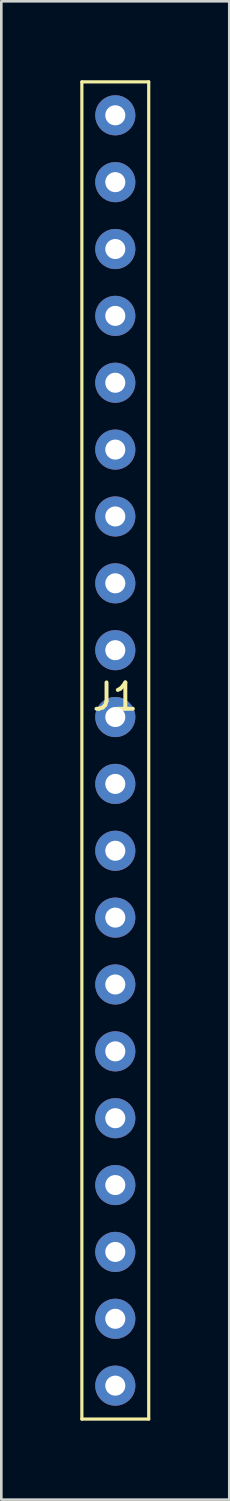
<source format=kicad_pcb>
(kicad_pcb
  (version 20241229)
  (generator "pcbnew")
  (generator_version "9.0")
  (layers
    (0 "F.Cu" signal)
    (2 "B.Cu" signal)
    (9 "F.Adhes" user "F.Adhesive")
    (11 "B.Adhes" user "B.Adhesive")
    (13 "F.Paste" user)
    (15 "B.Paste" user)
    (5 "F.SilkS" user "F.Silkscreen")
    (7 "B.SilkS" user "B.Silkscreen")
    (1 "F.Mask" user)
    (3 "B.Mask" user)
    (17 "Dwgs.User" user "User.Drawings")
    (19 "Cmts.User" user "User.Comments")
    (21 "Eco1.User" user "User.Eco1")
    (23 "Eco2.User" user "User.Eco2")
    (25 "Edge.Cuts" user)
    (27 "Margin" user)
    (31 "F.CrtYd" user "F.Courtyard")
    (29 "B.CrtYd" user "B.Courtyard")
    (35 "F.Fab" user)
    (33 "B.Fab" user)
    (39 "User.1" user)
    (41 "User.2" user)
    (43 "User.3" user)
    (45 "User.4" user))
  (footprint "J1"
    (layer "F.Cu")
    (at 1.33 22.92)
    (property "Reference" "J1" (at 0 0.5 0) (layer "F.SilkS") (effects (font (size 1 1) (thickness 0.15))))
    (attr through_hole)
    (fp_line (start -1.27 -22.86) (end 1.27 -22.86) (stroke (width 0.12) (type solid)) (layer "F.SilkS"))
    (fp_line (start -1.27 27.94) (end -1.27 -22.86) (stroke (width 0.12) (type solid)) (layer "F.SilkS"))
    (fp_line (start 1.27 -22.86) (end 1.27 27.94) (stroke (width 0.12) (type solid)) (layer "F.SilkS"))
    (fp_line (start 1.27 27.94) (end -1.27 27.94) (stroke (width 0.12) (type solid)) (layer "F.SilkS"))
    (pad "1" thru_hole circle (at 0 16.51) (size 1.524 1.524) (drill 0.762) (layers "*.Cu" "*.Mask"))
    (pad "2" thru_hole circle (at 0 13.97) (size 1.524 1.524) (drill 0.762) (layers "*.Cu" "*.Mask"))
    (pad "3" thru_hole circle (at 0 11.43) (size 1.524 1.524) (drill 0.762) (layers "*.Cu" "*.Mask"))
    (pad "4" thru_hole circle (at 0 8.89) (size 1.524 1.524) (drill 0.762) (layers "*.Cu" "*.Mask"))
    (pad "5" thru_hole circle (at 0 6.35) (size 1.524 1.524) (drill 0.762) (layers "*.Cu" "*.Mask"))
    (pad "6" thru_hole circle (at 0 3.81) (size 1.524 1.524) (drill 0.762) (layers "*.Cu" "*.Mask"))
    (pad "7" thru_hole circle (at 0 1.27) (size 1.524 1.524) (drill 0.762) (layers "*.Cu" "*.Mask"))
    (pad "8" thru_hole circle (at 0 -1.27) (size 1.524 1.524) (drill 0.762) (layers "*.Cu" "*.Mask"))
    (pad "9" thru_hole circle (at 0 -3.81) (size 1.524 1.524) (drill 0.762) (layers "*.Cu" "*.Mask"))
    (pad "10" thru_hole circle (at 0 -6.35) (size 1.524 1.524) (drill 0.762) (layers "*.Cu" "*.Mask"))
    (pad "11" thru_hole circle (at 0 -8.89) (size 1.524 1.524) (drill 0.762) (layers "*.Cu" "*.Mask"))
    (pad "12" thru_hole circle (at 0 -11.43) (size 1.524 1.524) (drill 0.762) (layers "*.Cu" "*.Mask"))
    (pad "13" thru_hole circle (at 0 -13.97) (size 1.524 1.524) (drill 0.762) (layers "*.Cu" "*.Mask"))
    (pad "14" thru_hole circle (at 0 -16.51) (size 1.524 1.524) (drill 0.762) (layers "*.Cu" "*.Mask"))
    (pad "15" thru_hole circle (at 0 -19.05) (size 1.524 1.524) (drill 0.762) (layers "*.Cu" "*.Mask"))
    (pad "16" thru_hole circle (at 0 -21.59) (size 1.524 1.524) (drill 0.762) (layers "*.Cu" "*.Mask"))
    (pad "17" thru_hole circle (at 0 19.05) (size 1.524 1.524) (drill 0.762) (layers "*.Cu" "*.Mask"))
    (pad "18" thru_hole circle (at 0 21.59) (size 1.524 1.524) (drill 0.762) (layers "*.Cu" "*.Mask"))
    (pad "19" thru_hole circle (at 0 24.13) (size 1.524 1.524) (drill 0.762) (layers "*.Cu" "*.Mask"))
    (pad "20" thru_hole circle (at 0 26.67) (size 1.524 1.524) (drill 0.762) (layers "*.Cu" "*.Mask")))
  (gr_rect
    (start -3 -3)
    (end 5.66 53.92)
    (stroke (width 0.1) (type default))
    (fill no)
    (layer "Edge.Cuts")))
</source>
